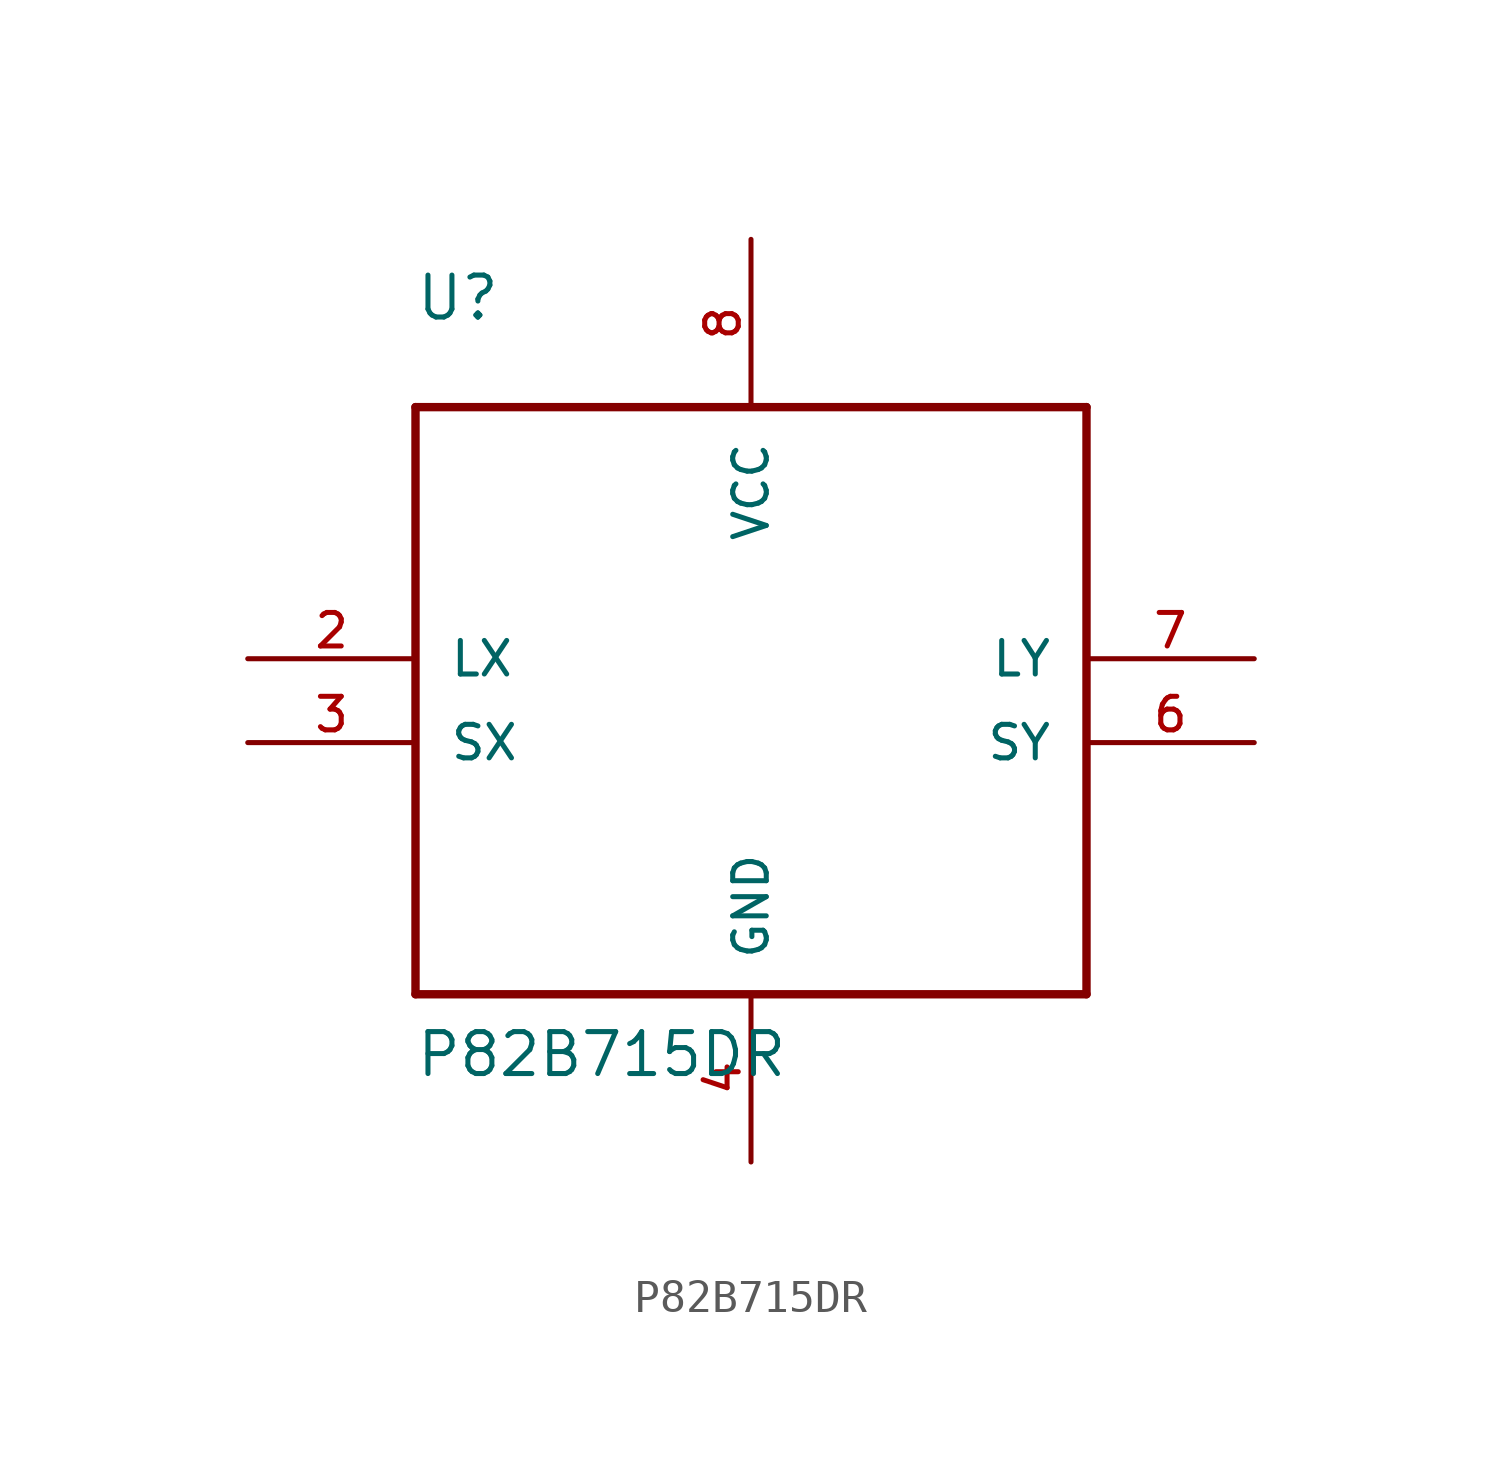
<source format=kicad_sym>
(kicad_symbol_lib
  (version 20220914)
  (generator kicad_symbol_editor)
  (symbol "P82B715DR"
    (pin_names
      (offset 1.016))
    (property "Reference" "U"
      (at -10.185 12.725 0)
      (effects (font (size 1.27 1.27)) (justify left bottom)))
    (property "Value" "P82B715DR"
      (at -10.185 -10.185 0)
      (effects (font (size 1.27 1.27)) (justify left bottom)))
    (property "ki_locked" ""
      (at 0 0 0)
      (effects (font (size 1.27 1.27))))
    (symbol "P82B715DR_0_0"
      (polyline (pts (xy -10.16 -7.62) (xy 10.16 -7.62)) (stroke (width 0.254) (type solid)) (fill (type none)))
      (polyline (pts (xy -10.16 10.16) (xy -10.16 -7.62)) (stroke (width 0.254) (type solid)) (fill (type none)))
      (polyline (pts (xy 10.16 -7.62) (xy 10.16 10.16)) (stroke (width 0.254) (type solid)) (fill (type none)))
      (polyline (pts (xy 10.16 10.16) (xy -10.16 10.16)) (stroke (width 0.254) (type solid)) (fill (type none)))
      (pin passive line (at -15.24 2.54 0) (length 5.08) (name "LX" (effects (font (size 1.016 1.016)))) (number "2" (effects (font (size 1.016 1.016)))))
      (pin passive line (at -15.24 0 0) (length 5.08) (name "SX" (effects (font (size 1.016 1.016)))) (number "3" (effects (font (size 1.016 1.016)))))
      (pin power_in line (at 0 -12.7 90) (length 5.08) (name "GND" (effects (font (size 1.016 1.016)))) (number "4" (effects (font (size 1.016 1.016)))))
      (pin passive line (at 15.24 0 180) (length 5.08) (name "SY" (effects (font (size 1.016 1.016)))) (number "6" (effects (font (size 1.016 1.016)))))
      (pin passive line (at 15.24 2.54 180) (length 5.08) (name "LY" (effects (font (size 1.016 1.016)))) (number "7" (effects (font (size 1.016 1.016)))))
      (pin power_in line (at 0 15.24 270) (length 5.08) (name "VCC" (effects (font (size 1.016 1.016)))) (number "8" (effects (font (size 1.016 1.016))))))))
</source>
